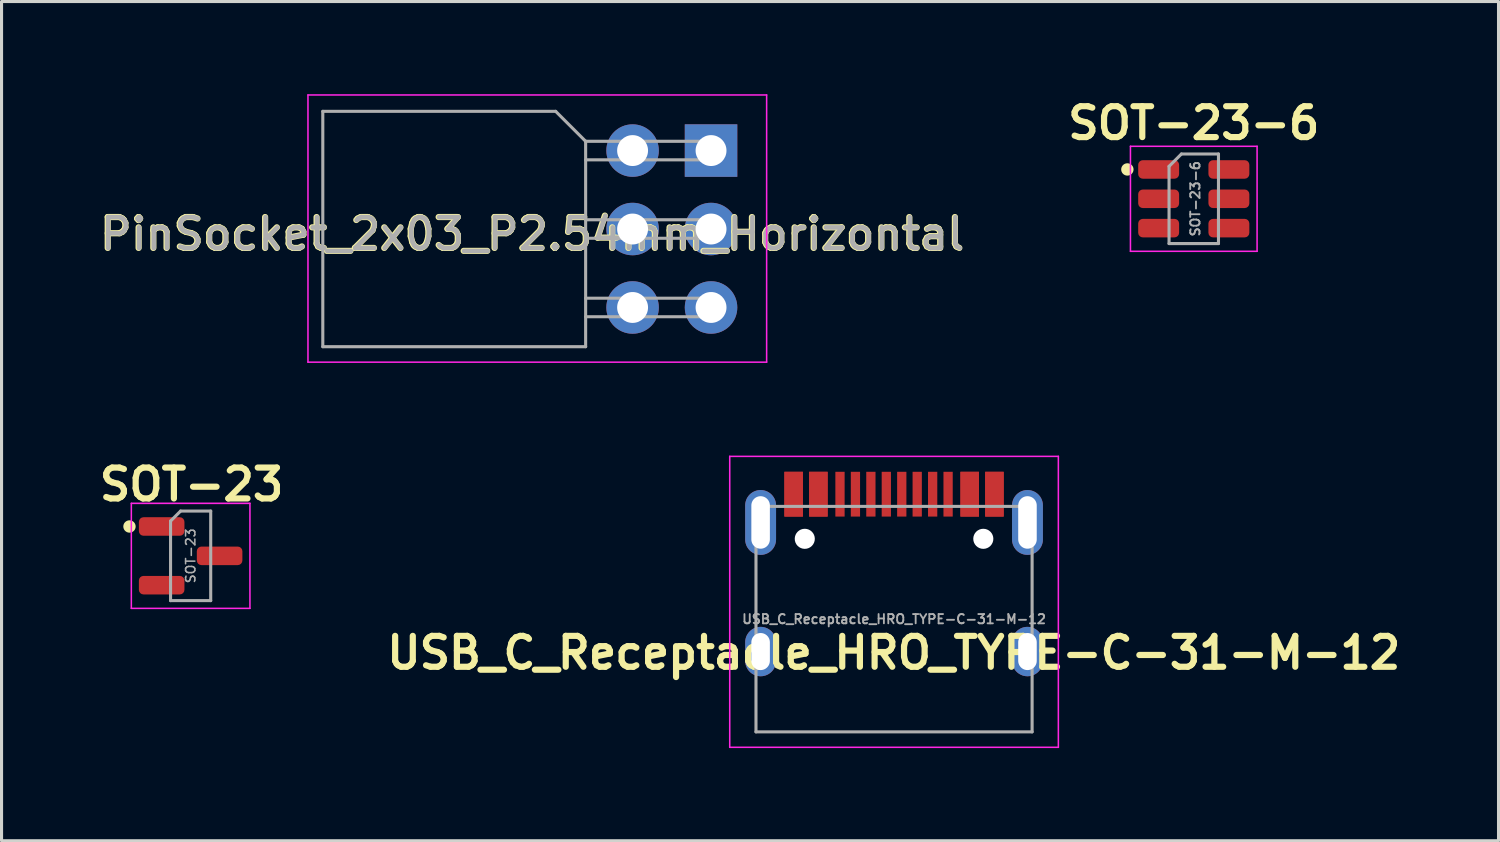
<source format=kicad_pcb>
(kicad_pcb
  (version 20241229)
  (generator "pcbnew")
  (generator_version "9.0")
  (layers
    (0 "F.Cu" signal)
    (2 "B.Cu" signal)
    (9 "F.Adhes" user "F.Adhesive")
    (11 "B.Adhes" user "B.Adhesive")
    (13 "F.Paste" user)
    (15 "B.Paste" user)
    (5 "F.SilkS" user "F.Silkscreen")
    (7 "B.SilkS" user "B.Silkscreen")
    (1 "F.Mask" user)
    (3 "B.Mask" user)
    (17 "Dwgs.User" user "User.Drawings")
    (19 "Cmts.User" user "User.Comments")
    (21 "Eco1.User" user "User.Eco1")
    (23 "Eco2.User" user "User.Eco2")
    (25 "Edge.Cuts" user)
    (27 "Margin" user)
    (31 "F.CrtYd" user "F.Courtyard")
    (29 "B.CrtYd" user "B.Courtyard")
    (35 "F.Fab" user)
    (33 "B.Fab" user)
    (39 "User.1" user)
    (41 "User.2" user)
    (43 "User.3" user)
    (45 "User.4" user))
  (footprint "PinSocket_2x03_P2.54mm_Horizontal"
    (layer "F.Cu")
    (at 19.971 1.825)
    (property "Reference" "PinSocket_2x03_P2.54mm_Horizontal" (at -5.795 2.7 0) (layer "F.SilkS") (effects (font (size 1 1) (thickness 0.2))))
    (attr through_hole)
    (fp_line (start -13.05 -1.8) (end -13.05 6.85) (stroke (width 0.05) (type solid)) (layer "F.CrtYd"))
    (fp_line (start -13.05 6.85) (end 1.8 6.85) (stroke (width 0.05) (type solid)) (layer "F.CrtYd"))
    (fp_line (start 1.8 -1.8) (end -13.05 -1.8) (stroke (width 0.05) (type solid)) (layer "F.CrtYd"))
    (fp_line (start 1.8 6.85) (end 1.8 -1.8) (stroke (width 0.05) (type solid)) (layer "F.CrtYd"))
    (fp_line (start -12.57 -1.27) (end -5.03 -1.27) (stroke (width 0.1) (type solid)) (layer "F.Fab"))
    (fp_line (start -12.57 6.35) (end -12.57 -1.27) (stroke (width 0.1) (type solid)) (layer "F.Fab"))
    (fp_line (start -5.03 -1.27) (end -4.06 -0.3) (stroke (width 0.1) (type solid)) (layer "F.Fab"))
    (fp_line (start -4.06 -0.3) (end -4.06 6.35) (stroke (width 0.1) (type solid)) (layer "F.Fab"))
    (fp_line (start -4.06 0.3) (end 0 0.3) (stroke (width 0.1) (type solid)) (layer "F.Fab"))
    (fp_line (start -4.06 2.84) (end 0 2.84) (stroke (width 0.1) (type solid)) (layer "F.Fab"))
    (fp_line (start -4.06 5.38) (end 0 5.38) (stroke (width 0.1) (type solid)) (layer "F.Fab"))
    (fp_line (start -4.06 6.35) (end -12.57 6.35) (stroke (width 0.1) (type solid)) (layer "F.Fab"))
    (fp_line (start 0 -0.3) (end -4.06 -0.3) (stroke (width 0.1) (type solid)) (layer "F.Fab"))
    (fp_line (start 0 0.3) (end 0 -0.3) (stroke (width 0.1) (type solid)) (layer "F.Fab"))
    (fp_line (start 0 2.24) (end -4.06 2.24) (stroke (width 0.1) (type solid)) (layer "F.Fab"))
    (fp_line (start 0 2.84) (end 0 2.24) (stroke (width 0.1) (type solid)) (layer "F.Fab"))
    (fp_line (start 0 4.78) (end -4.06 4.78) (stroke (width 0.1) (type solid)) (layer "F.Fab"))
    (fp_line (start 0 5.38) (end 0 4.78) (stroke (width 0.1) (type solid)) (layer "F.Fab"))
    (fp_text user "${REFERENCE}" (at -5.78 2.7 0) (layer "F.Fab") (effects (font (size 1 1) (thickness 0.15))))
    (pad "1" thru_hole rect (at 0 0) (size 1.7 1.7) (drill 1) (layers "*.Cu" "*.Mask"))
    (pad "2" thru_hole oval (at -2.54 0) (size 1.7 1.7) (drill 1) (layers "*.Cu" "*.Mask"))
    (pad "3" thru_hole oval (at 0 2.54) (size 1.7 1.7) (drill 1) (layers "*.Cu" "*.Mask"))
    (pad "4" thru_hole oval (at -2.54 2.54) (size 1.7 1.7) (drill 1) (layers "*.Cu" "*.Mask"))
    (pad "5" thru_hole oval (at 0 5.08) (size 1.7 1.7) (drill 1) (layers "*.Cu" "*.Mask"))
    (pad "6" thru_hole oval (at -2.54 5.08) (size 1.7 1.7) (drill 1) (layers "*.Cu" "*.Mask")))
  (footprint "SOT-23"
    (layer "F.Cu")
    (at 3.122 14.946)
    (property "Reference" "SOT-23" (at 0.03 -2.31 0) (layer "F.SilkS") (effects (font (size 1 1) (thickness 0.2))))
    (attr smd)
    (fp_circle (center -1.98 -0.95) (end -1.83 -0.95) (stroke (width 0.1) (type solid)) (fill yes) (layer "F.SilkS"))
    (fp_line (start -1.92 -1.7) (end -1.92 1.7) (stroke (width 0.05) (type solid)) (layer "F.CrtYd"))
    (fp_line (start -1.92 1.7) (end 1.92 1.7) (stroke (width 0.05) (type solid)) (layer "F.CrtYd"))
    (fp_line (start 1.92 -1.7) (end -1.92 -1.7) (stroke (width 0.05) (type solid)) (layer "F.CrtYd"))
    (fp_line (start 1.92 1.7) (end 1.92 -1.7) (stroke (width 0.05) (type solid)) (layer "F.CrtYd"))
    (fp_line (start -0.65 -1.125) (end -0.325 -1.45) (stroke (width 0.1) (type solid)) (layer "F.Fab"))
    (fp_line (start -0.65 1.45) (end -0.65 -1.125) (stroke (width 0.1) (type solid)) (layer "F.Fab"))
    (fp_line (start -0.325 -1.45) (end 0.65 -1.45) (stroke (width 0.1) (type solid)) (layer "F.Fab"))
    (fp_line (start 0.65 -1.45) (end 0.65 1.45) (stroke (width 0.1) (type solid)) (layer "F.Fab"))
    (fp_line (start 0.65 1.45) (end -0.65 1.45) (stroke (width 0.1) (type solid)) (layer "F.Fab"))
    (fp_text user "${REFERENCE}" (at 0 0 90) (layer "F.Fab") (effects (font (size 0.3 0.3) (thickness 0.05))))
    (pad "1" smd roundrect (at -0.938 -0.95) (size 1.475 0.6) (layers "F.Cu" "F.Mask" "F.Paste") (roundrect_rratio 0.25))
    (pad "2" smd roundrect (at -0.938 0.95) (size 1.475 0.6) (layers "F.Cu" "F.Mask" "F.Paste") (roundrect_rratio 0.25))
    (pad "3" smd roundrect (at 0.938 0) (size 1.475 0.6) (layers "F.Cu" "F.Mask" "F.Paste") (roundrect_rratio 0.25)))
  (footprint "USB_C_Receptacle_HRO_TYPE-C-31-M-12"
    (layer "F.Cu")
    (at 25.896 16.995)
    (property "Reference" "USB_C_Receptacle_HRO_TYPE-C-31-M-12" (at -0.01 1.09 0) (unlocked yes) (layer "F.SilkS") (effects (font (size 1 1) (thickness 0.2))))
    (attr smd)
    (fp_line (start -5.32 -5.27) (end -5.32 4.15) (stroke (width 0.05) (type solid)) (layer "F.CrtYd"))
    (fp_line (start -5.32 -5.27) (end 5.32 -5.27) (stroke (width 0.05) (type solid)) (layer "F.CrtYd"))
    (fp_line (start -5.32 4.15) (end 5.32 4.15) (stroke (width 0.05) (type solid)) (layer "F.CrtYd"))
    (fp_line (start 5.32 -5.27) (end 5.32 4.15) (stroke (width 0.05) (type solid)) (layer "F.CrtYd"))
    (fp_line (start -4.47 -3.65) (end -4.47 3.65) (stroke (width 0.1) (type solid)) (layer "F.Fab"))
    (fp_line (start -4.47 -3.65) (end 4.47 -3.65) (stroke (width 0.1) (type solid)) (layer "F.Fab"))
    (fp_line (start -4.47 3.65) (end 4.47 3.65) (stroke (width 0.1) (type solid)) (layer "F.Fab"))
    (fp_line (start 4.47 -3.65) (end 4.47 3.65) (stroke (width 0.1) (type solid)) (layer "F.Fab"))
    (fp_text user "${REFERENCE}" (at 0 0 0) (unlocked yes) (layer "F.Fab") (effects (font (size 0.3 0.3) (thickness 0.06))))
    (pad "" np_thru_hole circle (at -2.89 -2.6) (size 0.65 0.65) (drill 0.65) (layers "*.Cu" "*.Mask"))
    (pad "" np_thru_hole circle (at 2.89 -2.6) (size 0.65 0.65) (drill 0.65) (layers "*.Cu" "*.Mask"))
    (pad "A1" smd rect (at -3.25 -4.045) (size 0.6 1.45) (layers "F.Cu" "F.Mask" "F.Paste"))
    (pad "A4" smd rect (at -2.45 -4.045) (size 0.6 1.45) (layers "F.Cu" "F.Mask" "F.Paste"))
    (pad "A5" smd rect (at -1.25 -4.045) (size 0.3 1.45) (layers "F.Cu" "F.Mask" "F.Paste"))
    (pad "A6" smd rect (at -0.25 -4.045) (size 0.3 1.45) (layers "F.Cu" "F.Mask" "F.Paste"))
    (pad "A7" smd rect (at 0.25 -4.045) (size 0.3 1.45) (layers "F.Cu" "F.Mask" "F.Paste"))
    (pad "A8" smd rect (at 1.25 -4.045) (size 0.3 1.45) (layers "F.Cu" "F.Mask" "F.Paste"))
    (pad "A9" smd rect (at 2.45 -4.045) (size 0.6 1.45) (layers "F.Cu" "F.Mask" "F.Paste"))
    (pad "A12" smd rect (at 3.25 -4.045) (size 0.6 1.45) (layers "F.Cu" "F.Mask" "F.Paste"))
    (pad "B1" smd rect (at 3.25 -4.045) (size 0.6 1.45) (layers "F.Cu" "F.Mask" "F.Paste"))
    (pad "B4" smd rect (at 2.45 -4.045) (size 0.6 1.45) (layers "F.Cu" "F.Mask" "F.Paste"))
    (pad "B5" smd rect (at 1.75 -4.045) (size 0.3 1.45) (layers "F.Cu" "F.Mask" "F.Paste"))
    (pad "B6" smd rect (at 0.75 -4.045) (size 0.3 1.45) (layers "F.Cu" "F.Mask" "F.Paste"))
    (pad "B7" smd rect (at -0.75 -4.045) (size 0.3 1.45) (layers "F.Cu" "F.Mask" "F.Paste"))
    (pad "B8" smd rect (at -1.75 -4.045) (size 0.3 1.45) (layers "F.Cu" "F.Mask" "F.Paste"))
    (pad "B9" smd rect (at -2.45 -4.045) (size 0.6 1.45) (layers "F.Cu" "F.Mask" "F.Paste"))
    (pad "B12" smd rect (at -3.25 -4.045) (size 0.6 1.45) (layers "F.Cu" "F.Mask" "F.Paste"))
    (pad "S1" thru_hole oval (at -4.32 -3.13) (size 1 2.1) (drill oval 0.6 1.7) (layers "*.Cu" "*.Mask" "F.Paste"))
    (pad "S1" thru_hole oval (at -4.32 1.05) (size 1 1.6) (drill oval 0.6 1.2) (layers "*.Cu" "*.Mask" "F.Paste"))
    (pad "S1" thru_hole oval (at 4.32 -3.13) (size 1 2.1) (drill oval 0.6 1.7) (layers "*.Cu" "*.Mask" "F.Paste"))
    (pad "S1" thru_hole oval (at 4.32 1.05) (size 1 1.6) (drill oval 0.6 1.2) (layers "*.Cu" "*.Mask" "F.Paste")))
  (footprint "SOT-23-6"
    (layer "F.Cu")
    (at 35.6 3.386)
    (property "Reference" "SOT-23-6" (at 0 -2.45 0) (unlocked yes) (layer "F.SilkS") (effects (font (size 1 1) (thickness 0.2))))
    (attr smd)
    (fp_circle (center -2.15 -0.95) (end -2 -0.95) (stroke (width 0.1) (type solid)) (fill yes) (layer "F.SilkS"))
    (fp_line (start -2.05 -1.7) (end -2.05 1.7) (stroke (width 0.05) (type solid)) (layer "F.CrtYd"))
    (fp_line (start -2.05 1.7) (end 2.05 1.7) (stroke (width 0.05) (type solid)) (layer "F.CrtYd"))
    (fp_line (start 2.05 -1.7) (end -2.05 -1.7) (stroke (width 0.05) (type solid)) (layer "F.CrtYd"))
    (fp_line (start 2.05 1.7) (end 2.05 -1.7) (stroke (width 0.05) (type solid)) (layer "F.CrtYd"))
    (fp_line (start -0.8 -1.05) (end -0.4 -1.45) (stroke (width 0.1) (type solid)) (layer "F.Fab"))
    (fp_line (start -0.8 1.45) (end -0.8 -1.05) (stroke (width 0.1) (type solid)) (layer "F.Fab"))
    (fp_line (start -0.4 -1.45) (end 0.8 -1.45) (stroke (width 0.1) (type solid)) (layer "F.Fab"))
    (fp_line (start 0.8 -1.45) (end 0.8 1.45) (stroke (width 0.1) (type solid)) (layer "F.Fab"))
    (fp_line (start 0.8 1.45) (end -0.8 1.45) (stroke (width 0.1) (type solid)) (layer "F.Fab"))
    (fp_text user "${REFERENCE}" (at 0.05 0 90) (unlocked yes) (layer "F.Fab") (effects (font (size 0.3 0.3) (thickness 0.06))))
    (pad "1" smd roundrect (at -1.137 -0.95) (size 1.325 0.6) (layers "F.Cu" "F.Mask" "F.Paste") (roundrect_rratio 0.25))
    (pad "2" smd roundrect (at -1.137 0) (size 1.325 0.6) (layers "F.Cu" "F.Mask" "F.Paste") (roundrect_rratio 0.25))
    (pad "3" smd roundrect (at -1.137 0.95) (size 1.325 0.6) (layers "F.Cu" "F.Mask" "F.Paste") (roundrect_rratio 0.25))
    (pad "4" smd roundrect (at 1.137 0.95) (size 1.325 0.6) (layers "F.Cu" "F.Mask" "F.Paste") (roundrect_rratio 0.25))
    (pad "5" smd roundrect (at 1.137 0) (size 1.325 0.6) (layers "F.Cu" "F.Mask" "F.Paste") (roundrect_rratio 0.25))
    (pad "6" smd roundrect (at 1.137 -0.95) (size 1.325 0.6) (layers "F.Cu" "F.Mask" "F.Paste") (roundrect_rratio 0.25)))
  (gr_rect
    (start -3 -3)
    (end 45.467 24.17)
    (stroke (width 0.1) (type default))
    (fill no)
    (layer "Edge.Cuts")))
</source>
